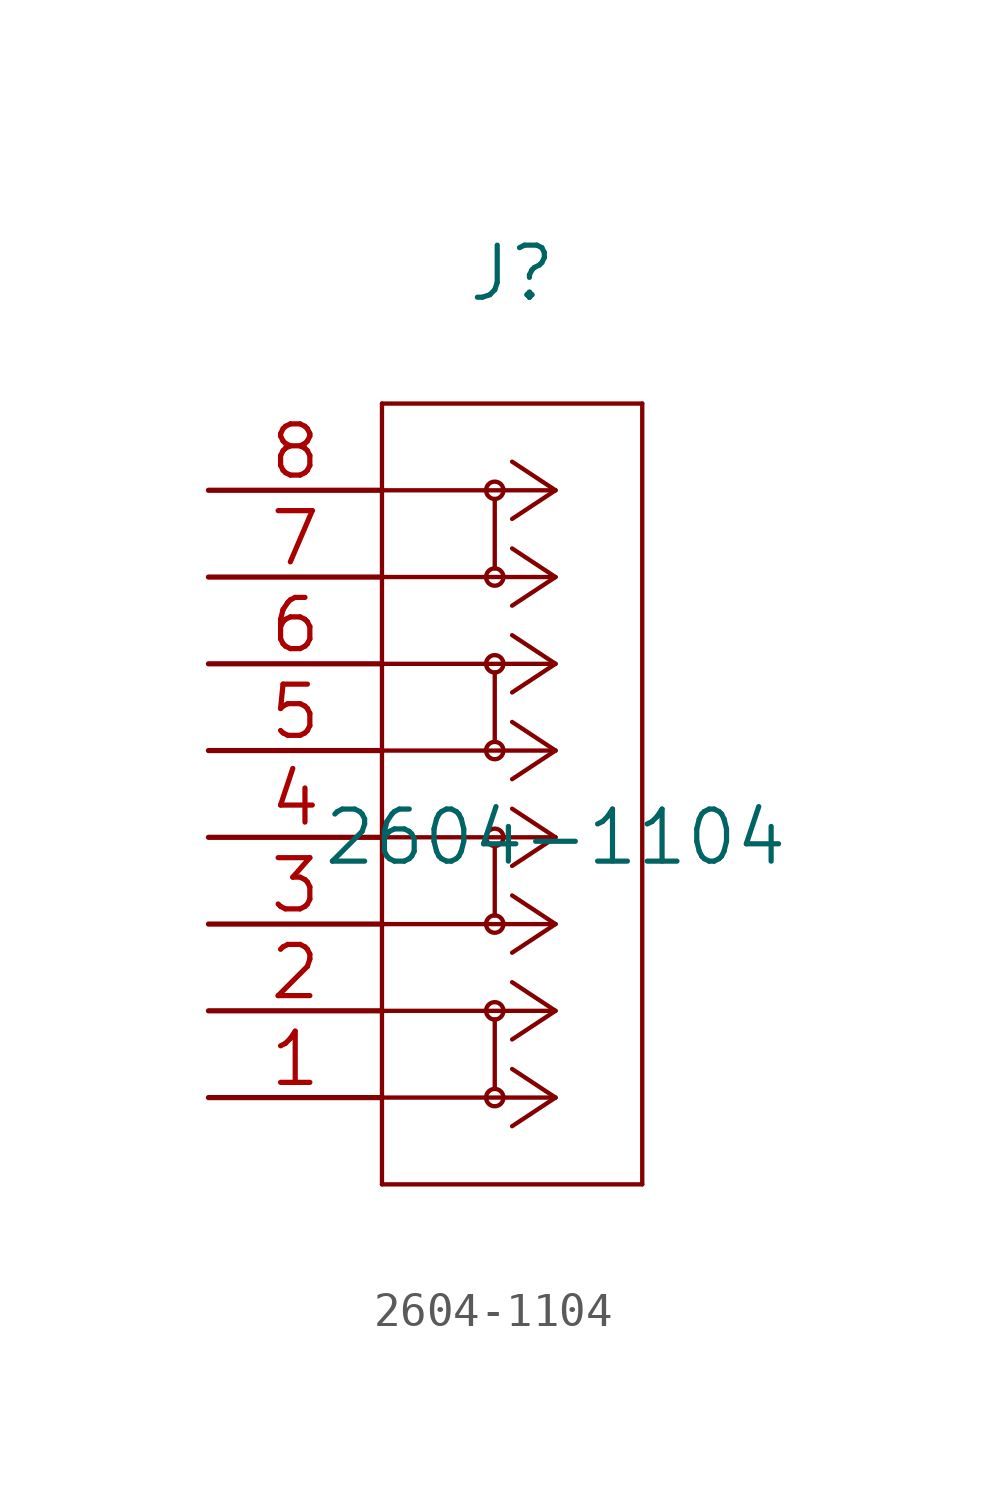
<source format=kicad_sym>
(kicad_symbol_lib
  (version 20211014)
  (generator kicad_symbol_editor)
  (symbol "2604-1104"
    (pin_names
      (offset 0.254) hide)
    (property "Reference" "J"
      (at -1.27 16.51 0)
      (effects (font (size 1.524 1.524))))
    (property "Value" "2604-1104"
      (at 0 0 0)
      (effects (font (size 1.524 1.524))))
    (property "Datasheet" ""
      (at 0 0 0)
      (effects (font (size 1.524 1.524))))
    (property "ki_locked" ""
      (at 0 0 0)
      (effects (font (size 1.27 1.27))))
    (symbol "2604-1104_1_1"
      (circle (center -1.778 -7.62) (radius 0.254) (stroke (width 0.127) (type default) (color 0 0 0 0)) (fill (type none)))
      (circle (center -1.778 -5.08) (radius 0.254) (stroke (width 0.127) (type default) (color 0 0 0 0)) (fill (type none)))
      (circle (center -1.778 -2.54) (radius 0.254) (stroke (width 0.127) (type default) (color 0 0 0 0)) (fill (type none)))
      (circle (center -1.778 0) (radius 0.254) (stroke (width 0.127) (type default) (color 0 0 0 0)) (fill (type none)))
      (circle (center -1.778 2.54) (radius 0.254) (stroke (width 0.127) (type default) (color 0 0 0 0)) (fill (type none)))
      (circle (center -1.778 5.08) (radius 0.254) (stroke (width 0.127) (type default) (color 0 0 0 0)) (fill (type none)))
      (circle (center -1.778 7.62) (radius 0.254) (stroke (width 0.127) (type default) (color 0 0 0 0)) (fill (type none)))
      (circle (center -1.778 10.16) (radius 0.254) (stroke (width 0.127) (type default) (color 0 0 0 0)) (fill (type none)))
      (arc (start -1.524 -7.62) (mid -2.032 -7.62) (end -1.524 -7.62) (stroke (width 0.127) (type default) (color 0 0 0 0)) (fill (type none)))
      (arc (start -1.524 -5.08) (mid -2.032 -5.08) (end -1.524 -5.08) (stroke (width 0.127) (type default) (color 0 0 0 0)) (fill (type none)))
      (arc (start -1.524 -2.54) (mid -2.032 -2.54) (end -1.524 -2.54) (stroke (width 0.127) (type default) (color 0 0 0 0)) (fill (type none)))
      (arc (start -1.524 0) (mid -2.032 0) (end -1.524 0) (stroke (width 0.127) (type default) (color 0 0 0 0)) (fill (type none)))
      (arc (start -1.524 2.54) (mid -2.032 2.54) (end -1.524 2.54) (stroke (width 0.127) (type default) (color 0 0 0 0)) (fill (type none)))
      (arc (start -1.524 5.08) (mid -2.032 5.08) (end -1.524 5.08) (stroke (width 0.127) (type default) (color 0 0 0 0)) (fill (type none)))
      (arc (start -1.524 7.62) (mid -2.032 7.62) (end -1.524 7.62) (stroke (width 0.127) (type default) (color 0 0 0 0)) (fill (type none)))
      (arc (start -1.524 10.16) (mid -2.032 10.16) (end -1.524 10.16) (stroke (width 0.127) (type default) (color 0 0 0 0)) (fill (type none)))
      (polyline (pts (xy -5.08 -10.16) (xy 2.54 -10.16)) (stroke (width 0.127) (type default) (color 0 0 0 0)) (fill (type none)))
      (polyline (pts (xy -5.08 12.7) (xy -5.08 -10.16)) (stroke (width 0.127) (type default) (color 0 0 0 0)) (fill (type none)))
      (polyline (pts (xy -1.778 -5.334) (xy -1.778 -7.366)) (stroke (width 0.127) (type default) (color 0 0 0 0)) (fill (type none)))
      (polyline (pts (xy -1.778 -0.254) (xy -1.778 -2.286)) (stroke (width 0.127) (type default) (color 0 0 0 0)) (fill (type none)))
      (polyline (pts (xy -1.778 4.826) (xy -1.778 2.794)) (stroke (width 0.127) (type default) (color 0 0 0 0)) (fill (type none)))
      (polyline (pts (xy -1.778 9.906) (xy -1.778 7.874)) (stroke (width 0.127) (type default) (color 0 0 0 0)) (fill (type none)))
      (polyline (pts (xy 0 -7.62) (xy -5.08 -7.62)) (stroke (width 0.127) (type default) (color 0 0 0 0)) (fill (type none)))
      (polyline (pts (xy 0 -7.62) (xy -1.27 -8.458)) (stroke (width 0.127) (type default) (color 0 0 0 0)) (fill (type none)))
      (polyline (pts (xy 0 -7.62) (xy -1.27 -6.782)) (stroke (width 0.127) (type default) (color 0 0 0 0)) (fill (type none)))
      (polyline (pts (xy 0 -5.08) (xy -5.08 -5.08)) (stroke (width 0.127) (type default) (color 0 0 0 0)) (fill (type none)))
      (polyline (pts (xy 0 -5.08) (xy -1.27 -5.918)) (stroke (width 0.127) (type default) (color 0 0 0 0)) (fill (type none)))
      (polyline (pts (xy 0 -5.08) (xy -1.27 -4.242)) (stroke (width 0.127) (type default) (color 0 0 0 0)) (fill (type none)))
      (polyline (pts (xy 0 -2.54) (xy -5.08 -2.54)) (stroke (width 0.127) (type default) (color 0 0 0 0)) (fill (type none)))
      (polyline (pts (xy 0 -2.54) (xy -1.27 -3.378)) (stroke (width 0.127) (type default) (color 0 0 0 0)) (fill (type none)))
      (polyline (pts (xy 0 -2.54) (xy -1.27 -1.702)) (stroke (width 0.127) (type default) (color 0 0 0 0)) (fill (type none)))
      (polyline (pts (xy 0 0) (xy -5.08 0)) (stroke (width 0.127) (type default) (color 0 0 0 0)) (fill (type none)))
      (polyline (pts (xy 0 0) (xy -1.27 -0.838)) (stroke (width 0.127) (type default) (color 0 0 0 0)) (fill (type none)))
      (polyline (pts (xy 0 0) (xy -1.27 0.838)) (stroke (width 0.127) (type default) (color 0 0 0 0)) (fill (type none)))
      (polyline (pts (xy 0 2.54) (xy -5.08 2.54)) (stroke (width 0.127) (type default) (color 0 0 0 0)) (fill (type none)))
      (polyline (pts (xy 0 2.54) (xy -1.27 1.702)) (stroke (width 0.127) (type default) (color 0 0 0 0)) (fill (type none)))
      (polyline (pts (xy 0 2.54) (xy -1.27 3.378)) (stroke (width 0.127) (type default) (color 0 0 0 0)) (fill (type none)))
      (polyline (pts (xy 0 5.08) (xy -5.08 5.08)) (stroke (width 0.127) (type default) (color 0 0 0 0)) (fill (type none)))
      (polyline (pts (xy 0 5.08) (xy -1.27 4.242)) (stroke (width 0.127) (type default) (color 0 0 0 0)) (fill (type none)))
      (polyline (pts (xy 0 5.08) (xy -1.27 5.918)) (stroke (width 0.127) (type default) (color 0 0 0 0)) (fill (type none)))
      (polyline (pts (xy 0 7.62) (xy -5.08 7.62)) (stroke (width 0.127) (type default) (color 0 0 0 0)) (fill (type none)))
      (polyline (pts (xy 0 7.62) (xy -1.27 6.782)) (stroke (width 0.127) (type default) (color 0 0 0 0)) (fill (type none)))
      (polyline (pts (xy 0 7.62) (xy -1.27 8.458)) (stroke (width 0.127) (type default) (color 0 0 0 0)) (fill (type none)))
      (polyline (pts (xy 0 10.16) (xy -5.08 10.16)) (stroke (width 0.127) (type default) (color 0 0 0 0)) (fill (type none)))
      (polyline (pts (xy 0 10.16) (xy -1.27 9.322)) (stroke (width 0.127) (type default) (color 0 0 0 0)) (fill (type none)))
      (polyline (pts (xy 0 10.16) (xy -1.27 10.998)) (stroke (width 0.127) (type default) (color 0 0 0 0)) (fill (type none)))
      (polyline (pts (xy 2.54 -10.16) (xy 2.54 12.7)) (stroke (width 0.127) (type default) (color 0 0 0 0)) (fill (type none)))
      (polyline (pts (xy 2.54 12.7) (xy -5.08 12.7)) (stroke (width 0.127) (type default) (color 0 0 0 0)) (fill (type none)))
      (pin passive line (at -10.16 -7.62 0) (length 5.08) (name "1" (effects (font (size 1.499 1.499)))) (number "1" (effects (font (size 1.499 1.499)))))
      (pin passive line (at -10.16 -5.08 0) (length 5.08) (name "2" (effects (font (size 1.499 1.499)))) (number "2" (effects (font (size 1.499 1.499)))))
      (pin passive line (at -10.16 -2.54 0) (length 5.08) (name "3" (effects (font (size 1.499 1.499)))) (number "3" (effects (font (size 1.499 1.499)))))
      (pin passive line (at -10.16 0 0) (length 5.08) (name "4" (effects (font (size 1.499 1.499)))) (number "4" (effects (font (size 1.499 1.499)))))
      (pin passive line (at -10.16 2.54 0) (length 5.08) (name "5" (effects (font (size 1.499 1.499)))) (number "5" (effects (font (size 1.499 1.499)))))
      (pin passive line (at -10.16 5.08 0) (length 5.08) (name "6" (effects (font (size 1.499 1.499)))) (number "6" (effects (font (size 1.499 1.499)))))
      (pin passive line (at -10.16 7.62 0) (length 5.08) (name "7" (effects (font (size 1.499 1.499)))) (number "7" (effects (font (size 1.499 1.499)))))
      (pin passive line (at -10.16 10.16 0) (length 5.08) (name "8" (effects (font (size 1.499 1.499)))) (number "8" (effects (font (size 1.499 1.499))))))))
</source>
